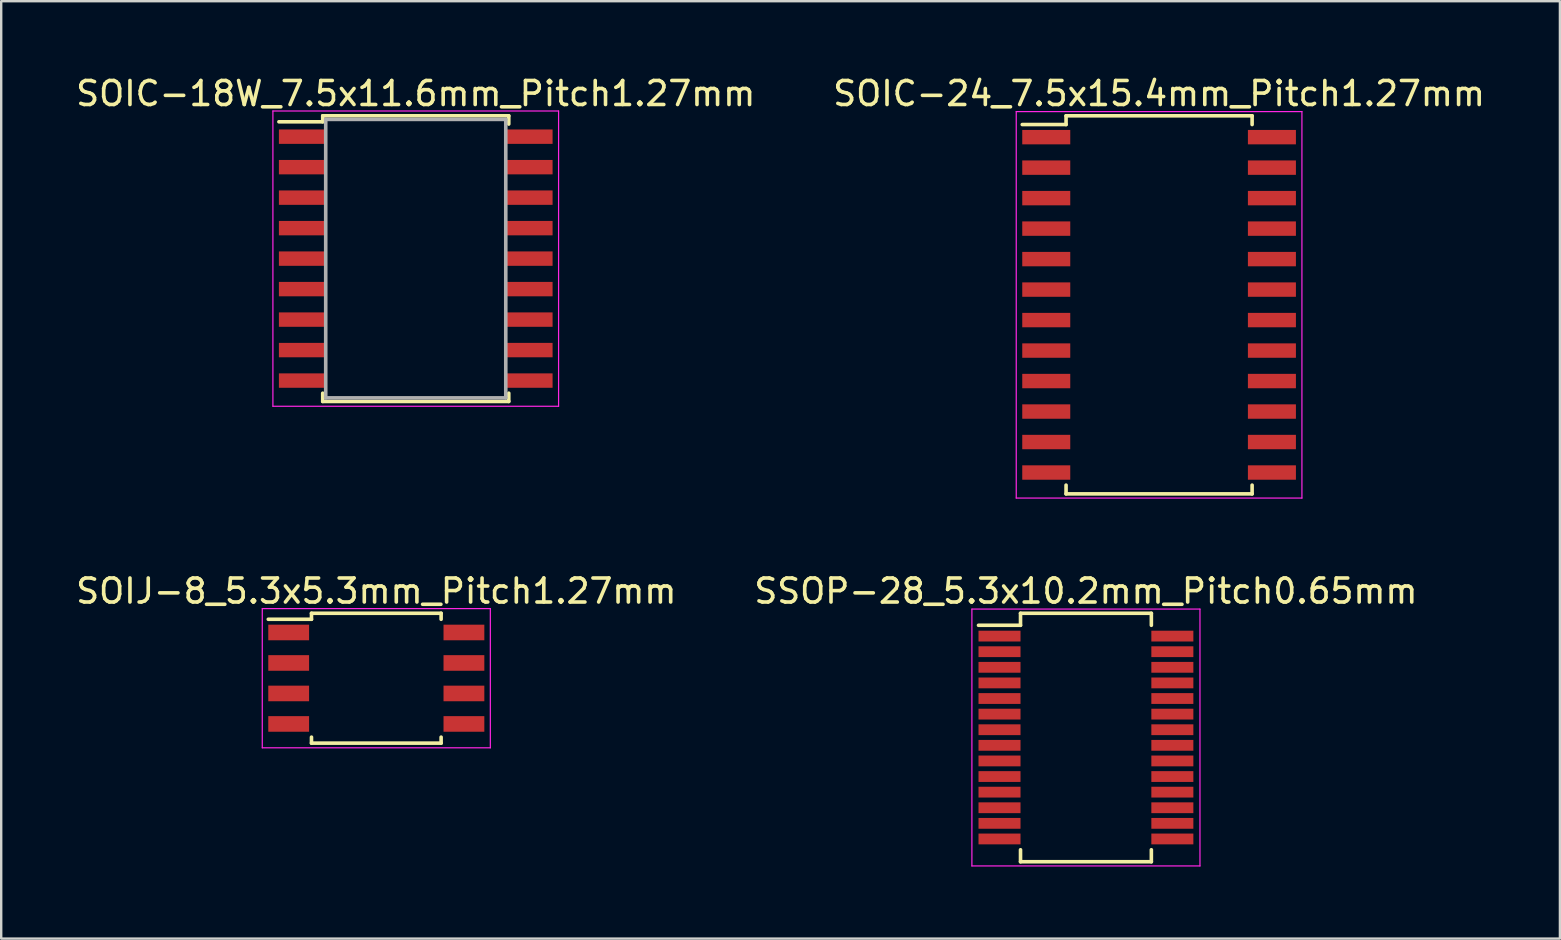
<source format=kicad_pcb>
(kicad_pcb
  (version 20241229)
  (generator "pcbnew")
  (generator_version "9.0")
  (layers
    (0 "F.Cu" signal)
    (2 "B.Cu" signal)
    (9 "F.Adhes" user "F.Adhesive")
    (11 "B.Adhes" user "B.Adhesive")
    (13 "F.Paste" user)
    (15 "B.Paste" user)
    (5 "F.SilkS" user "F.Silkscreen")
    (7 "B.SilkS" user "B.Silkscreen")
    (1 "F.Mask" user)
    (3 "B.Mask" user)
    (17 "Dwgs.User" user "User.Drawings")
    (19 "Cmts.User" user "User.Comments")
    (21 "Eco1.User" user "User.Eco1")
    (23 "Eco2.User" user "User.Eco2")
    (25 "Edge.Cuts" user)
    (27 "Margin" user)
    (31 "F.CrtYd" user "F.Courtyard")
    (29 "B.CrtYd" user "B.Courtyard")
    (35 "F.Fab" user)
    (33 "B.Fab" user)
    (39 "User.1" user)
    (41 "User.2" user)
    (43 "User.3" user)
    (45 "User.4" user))
  (footprint "SOIC-18W_7.5x11.6mm_Pitch1.27mm"
    (layer "F.Cu")
    (at 14.268 7.723)
    (property "Reference" "SOIC-18W_7.5x11.6mm_Pitch1.27mm" (at 0 -6.875 0) (layer "F.SilkS") (effects (font (size 1 1) (thickness 0.15))))
    (attr smd)
    (fp_line (start -3.875 -5.95) (end -3.875 -5.7) (stroke (width 0.15) (type solid)) (layer "F.SilkS"))
    (fp_line (start -3.875 -5.95) (end 3.875 -5.95) (stroke (width 0.15) (type solid)) (layer "F.SilkS"))
    (fp_line (start -3.875 -5.7) (end -5.7 -5.7) (stroke (width 0.15) (type solid)) (layer "F.SilkS"))
    (fp_line (start -3.875 5.95) (end -3.875 5.605) (stroke (width 0.15) (type solid)) (layer "F.SilkS"))
    (fp_line (start -3.875 5.95) (end 3.875 5.95) (stroke (width 0.15) (type solid)) (layer "F.SilkS"))
    (fp_line (start 3.875 -5.95) (end 3.875 -5.605) (stroke (width 0.15) (type solid)) (layer "F.SilkS"))
    (fp_line (start 3.875 5.95) (end 3.875 5.605) (stroke (width 0.15) (type solid)) (layer "F.SilkS"))
    (fp_line (start -5.95 -6.15) (end -5.95 6.15) (stroke (width 0.05) (type solid)) (layer "F.CrtYd"))
    (fp_line (start -5.95 -6.15) (end 5.95 -6.15) (stroke (width 0.05) (type solid)) (layer "F.CrtYd"))
    (fp_line (start -5.95 6.15) (end 5.95 6.15) (stroke (width 0.05) (type solid)) (layer "F.CrtYd"))
    (fp_line (start 5.95 -6.15) (end 5.95 6.15) (stroke (width 0.05) (type solid)) (layer "F.CrtYd"))
    (fp_line (start -3.75 -5.8) (end -3.75 5.8) (stroke (width 0.15) (type solid)) (layer "F.Fab"))
    (fp_line (start -3.75 5.8) (end 3.75 5.8) (stroke (width 0.15) (type solid)) (layer "F.Fab"))
    (fp_line (start 3.75 -5.8) (end -3.75 -5.8) (stroke (width 0.15) (type solid)) (layer "F.Fab"))
    (fp_line (start 3.75 5.8) (end 3.75 -5.8) (stroke (width 0.15) (type solid)) (layer "F.Fab"))
    (pad "1" smd rect (at -4.7 -5.08) (size 2 0.6) (layers "F.Cu" "F.Mask" "F.Paste"))
    (pad "2" smd rect (at -4.7 -3.81) (size 2 0.6) (layers "F.Cu" "F.Mask" "F.Paste"))
    (pad "3" smd rect (at -4.7 -2.54) (size 2 0.6) (layers "F.Cu" "F.Mask" "F.Paste"))
    (pad "4" smd rect (at -4.7 -1.27) (size 2 0.6) (layers "F.Cu" "F.Mask" "F.Paste"))
    (pad "5" smd rect (at -4.7 0) (size 2 0.6) (layers "F.Cu" "F.Mask" "F.Paste"))
    (pad "6" smd rect (at -4.7 1.27) (size 2 0.6) (layers "F.Cu" "F.Mask" "F.Paste"))
    (pad "7" smd rect (at -4.7 2.54) (size 2 0.6) (layers "F.Cu" "F.Mask" "F.Paste"))
    (pad "8" smd rect (at -4.7 3.81) (size 2 0.6) (layers "F.Cu" "F.Mask" "F.Paste"))
    (pad "9" smd rect (at -4.7 5.08) (size 2 0.6) (layers "F.Cu" "F.Mask" "F.Paste"))
    (pad "10" smd rect (at 4.7 5.08) (size 2 0.6) (layers "F.Cu" "F.Mask" "F.Paste"))
    (pad "11" smd rect (at 4.7 3.81) (size 2 0.6) (layers "F.Cu" "F.Mask" "F.Paste"))
    (pad "12" smd rect (at 4.7 2.54) (size 2 0.6) (layers "F.Cu" "F.Mask" "F.Paste"))
    (pad "13" smd rect (at 4.7 1.27) (size 2 0.6) (layers "F.Cu" "F.Mask" "F.Paste"))
    (pad "14" smd rect (at 4.7 0) (size 2 0.6) (layers "F.Cu" "F.Mask" "F.Paste"))
    (pad "15" smd rect (at 4.7 -1.27) (size 2 0.6) (layers "F.Cu" "F.Mask" "F.Paste"))
    (pad "16" smd rect (at 4.7 -2.54) (size 2 0.6) (layers "F.Cu" "F.Mask" "F.Paste"))
    (pad "17" smd rect (at 4.7 -3.81) (size 2 0.6) (layers "F.Cu" "F.Mask" "F.Paste"))
    (pad "18" smd rect (at 4.7 -5.08) (size 2 0.6) (layers "F.Cu" "F.Mask" "F.Paste")))
  (footprint "SSOP-28_5.3x10.2mm_Pitch0.65mm"
    (layer "F.Cu")
    (at 42.185 27.672)
    (property "Reference" "SSOP-28_5.3x10.2mm_Pitch0.65mm" (at 0 -6.1 0) (layer "F.SilkS") (effects (font (size 1 1) (thickness 0.15))))
    (attr smd)
    (fp_line (start -2.725 -5.175) (end -2.725 -4.675) (stroke (width 0.15) (type solid)) (layer "F.SilkS"))
    (fp_line (start -2.725 -5.175) (end 2.725 -5.175) (stroke (width 0.15) (type solid)) (layer "F.SilkS"))
    (fp_line (start -2.725 -4.675) (end -4.475 -4.675) (stroke (width 0.15) (type solid)) (layer "F.SilkS"))
    (fp_line (start -2.725 5.175) (end -2.725 4.675) (stroke (width 0.15) (type solid)) (layer "F.SilkS"))
    (fp_line (start -2.725 5.175) (end 2.725 5.175) (stroke (width 0.15) (type solid)) (layer "F.SilkS"))
    (fp_line (start 2.725 -5.175) (end 2.725 -4.675) (stroke (width 0.15) (type solid)) (layer "F.SilkS"))
    (fp_line (start 2.725 5.175) (end 2.725 4.675) (stroke (width 0.15) (type solid)) (layer "F.SilkS"))
    (fp_line (start -4.75 -5.35) (end -4.75 5.35) (stroke (width 0.05) (type solid)) (layer "F.CrtYd"))
    (fp_line (start -4.75 -5.35) (end 4.75 -5.35) (stroke (width 0.05) (type solid)) (layer "F.CrtYd"))
    (fp_line (start -4.75 5.35) (end 4.75 5.35) (stroke (width 0.05) (type solid)) (layer "F.CrtYd"))
    (fp_line (start 4.75 -5.35) (end 4.75 5.35) (stroke (width 0.05) (type solid)) (layer "F.CrtYd"))
    (pad "1" smd rect (at -3.6 -4.225) (size 1.75 0.45) (layers "F.Cu" "F.Mask" "F.Paste"))
    (pad "2" smd rect (at -3.6 -3.575) (size 1.75 0.45) (layers "F.Cu" "F.Mask" "F.Paste"))
    (pad "3" smd rect (at -3.6 -2.925) (size 1.75 0.45) (layers "F.Cu" "F.Mask" "F.Paste"))
    (pad "4" smd rect (at -3.6 -2.275) (size 1.75 0.45) (layers "F.Cu" "F.Mask" "F.Paste"))
    (pad "5" smd rect (at -3.6 -1.625) (size 1.75 0.45) (layers "F.Cu" "F.Mask" "F.Paste"))
    (pad "6" smd rect (at -3.6 -0.975) (size 1.75 0.45) (layers "F.Cu" "F.Mask" "F.Paste"))
    (pad "7" smd rect (at -3.6 -0.325) (size 1.75 0.45) (layers "F.Cu" "F.Mask" "F.Paste"))
    (pad "8" smd rect (at -3.6 0.325) (size 1.75 0.45) (layers "F.Cu" "F.Mask" "F.Paste"))
    (pad "9" smd rect (at -3.6 0.975) (size 1.75 0.45) (layers "F.Cu" "F.Mask" "F.Paste"))
    (pad "10" smd rect (at -3.6 1.625) (size 1.75 0.45) (layers "F.Cu" "F.Mask" "F.Paste"))
    (pad "11" smd rect (at -3.6 2.275) (size 1.75 0.45) (layers "F.Cu" "F.Mask" "F.Paste"))
    (pad "12" smd rect (at -3.6 2.925) (size 1.75 0.45) (layers "F.Cu" "F.Mask" "F.Paste"))
    (pad "13" smd rect (at -3.6 3.575) (size 1.75 0.45) (layers "F.Cu" "F.Mask" "F.Paste"))
    (pad "14" smd rect (at -3.6 4.225) (size 1.75 0.45) (layers "F.Cu" "F.Mask" "F.Paste"))
    (pad "15" smd rect (at 3.6 4.225) (size 1.75 0.45) (layers "F.Cu" "F.Mask" "F.Paste"))
    (pad "16" smd rect (at 3.6 3.575) (size 1.75 0.45) (layers "F.Cu" "F.Mask" "F.Paste"))
    (pad "17" smd rect (at 3.6 2.925) (size 1.75 0.45) (layers "F.Cu" "F.Mask" "F.Paste"))
    (pad "18" smd rect (at 3.6 2.275) (size 1.75 0.45) (layers "F.Cu" "F.Mask" "F.Paste"))
    (pad "19" smd rect (at 3.6 1.625) (size 1.75 0.45) (layers "F.Cu" "F.Mask" "F.Paste"))
    (pad "20" smd rect (at 3.6 0.975) (size 1.75 0.45) (layers "F.Cu" "F.Mask" "F.Paste"))
    (pad "21" smd rect (at 3.6 0.325) (size 1.75 0.45) (layers "F.Cu" "F.Mask" "F.Paste"))
    (pad "22" smd rect (at 3.6 -0.325) (size 1.75 0.45) (layers "F.Cu" "F.Mask" "F.Paste"))
    (pad "23" smd rect (at 3.6 -0.975) (size 1.75 0.45) (layers "F.Cu" "F.Mask" "F.Paste"))
    (pad "24" smd rect (at 3.6 -1.625) (size 1.75 0.45) (layers "F.Cu" "F.Mask" "F.Paste"))
    (pad "25" smd rect (at 3.6 -2.275) (size 1.75 0.45) (layers "F.Cu" "F.Mask" "F.Paste"))
    (pad "26" smd rect (at 3.6 -2.925) (size 1.75 0.45) (layers "F.Cu" "F.Mask" "F.Paste"))
    (pad "27" smd rect (at 3.6 -3.575) (size 1.75 0.45) (layers "F.Cu" "F.Mask" "F.Paste"))
    (pad "28" smd rect (at 3.6 -4.225) (size 1.75 0.45) (layers "F.Cu" "F.Mask" "F.Paste")))
  (footprint "SOIC-24_7.5x15.4mm_Pitch1.27mm"
    (layer "F.Cu")
    (at 45.232 9.648)
    (property "Reference" "SOIC-24_7.5x15.4mm_Pitch1.27mm" (at 0 -8.8 0) (layer "F.SilkS") (effects (font (size 1 1) (thickness 0.15))))
    (attr smd)
    (fp_line (start -3.875 -7.875) (end -3.875 -7.51) (stroke (width 0.15) (type solid)) (layer "F.SilkS"))
    (fp_line (start -3.875 -7.875) (end 3.875 -7.875) (stroke (width 0.15) (type solid)) (layer "F.SilkS"))
    (fp_line (start -3.875 -7.51) (end -5.7 -7.51) (stroke (width 0.15) (type solid)) (layer "F.SilkS"))
    (fp_line (start -3.875 7.875) (end -3.875 7.51) (stroke (width 0.15) (type solid)) (layer "F.SilkS"))
    (fp_line (start -3.875 7.875) (end 3.875 7.875) (stroke (width 0.15) (type solid)) (layer "F.SilkS"))
    (fp_line (start 3.875 -7.875) (end 3.875 -7.51) (stroke (width 0.15) (type solid)) (layer "F.SilkS"))
    (fp_line (start 3.875 7.875) (end 3.875 7.51) (stroke (width 0.15) (type solid)) (layer "F.SilkS"))
    (fp_line (start -5.95 -8.05) (end -5.95 8.05) (stroke (width 0.05) (type solid)) (layer "F.CrtYd"))
    (fp_line (start -5.95 -8.05) (end 5.95 -8.05) (stroke (width 0.05) (type solid)) (layer "F.CrtYd"))
    (fp_line (start -5.95 8.05) (end 5.95 8.05) (stroke (width 0.05) (type solid)) (layer "F.CrtYd"))
    (fp_line (start 5.95 -8.05) (end 5.95 8.05) (stroke (width 0.05) (type solid)) (layer "F.CrtYd"))
    (pad "1" smd rect (at -4.7 -6.985) (size 2 0.6) (layers "F.Cu" "F.Mask" "F.Paste"))
    (pad "2" smd rect (at -4.7 -5.715) (size 2 0.6) (layers "F.Cu" "F.Mask" "F.Paste"))
    (pad "3" smd rect (at -4.7 -4.445) (size 2 0.6) (layers "F.Cu" "F.Mask" "F.Paste"))
    (pad "4" smd rect (at -4.7 -3.175) (size 2 0.6) (layers "F.Cu" "F.Mask" "F.Paste"))
    (pad "5" smd rect (at -4.7 -1.905) (size 2 0.6) (layers "F.Cu" "F.Mask" "F.Paste"))
    (pad "6" smd rect (at -4.7 -0.635) (size 2 0.6) (layers "F.Cu" "F.Mask" "F.Paste"))
    (pad "7" smd rect (at -4.7 0.635) (size 2 0.6) (layers "F.Cu" "F.Mask" "F.Paste"))
    (pad "8" smd rect (at -4.7 1.905) (size 2 0.6) (layers "F.Cu" "F.Mask" "F.Paste"))
    (pad "9" smd rect (at -4.7 3.175) (size 2 0.6) (layers "F.Cu" "F.Mask" "F.Paste"))
    (pad "10" smd rect (at -4.7 4.445) (size 2 0.6) (layers "F.Cu" "F.Mask" "F.Paste"))
    (pad "11" smd rect (at -4.7 5.715) (size 2 0.6) (layers "F.Cu" "F.Mask" "F.Paste"))
    (pad "12" smd rect (at -4.7 6.985) (size 2 0.6) (layers "F.Cu" "F.Mask" "F.Paste"))
    (pad "13" smd rect (at 4.7 6.985) (size 2 0.6) (layers "F.Cu" "F.Mask" "F.Paste"))
    (pad "14" smd rect (at 4.7 5.715) (size 2 0.6) (layers "F.Cu" "F.Mask" "F.Paste"))
    (pad "15" smd rect (at 4.7 4.445) (size 2 0.6) (layers "F.Cu" "F.Mask" "F.Paste"))
    (pad "16" smd rect (at 4.7 3.175) (size 2 0.6) (layers "F.Cu" "F.Mask" "F.Paste"))
    (pad "17" smd rect (at 4.7 1.905) (size 2 0.6) (layers "F.Cu" "F.Mask" "F.Paste"))
    (pad "18" smd rect (at 4.7 0.635) (size 2 0.6) (layers "F.Cu" "F.Mask" "F.Paste"))
    (pad "19" smd rect (at 4.7 -0.635) (size 2 0.6) (layers "F.Cu" "F.Mask" "F.Paste"))
    (pad "20" smd rect (at 4.7 -1.905) (size 2 0.6) (layers "F.Cu" "F.Mask" "F.Paste"))
    (pad "21" smd rect (at 4.7 -3.175) (size 2 0.6) (layers "F.Cu" "F.Mask" "F.Paste"))
    (pad "22" smd rect (at 4.7 -4.445) (size 2 0.6) (layers "F.Cu" "F.Mask" "F.Paste"))
    (pad "23" smd rect (at 4.7 -5.715) (size 2 0.6) (layers "F.Cu" "F.Mask" "F.Paste"))
    (pad "24" smd rect (at 4.7 -6.985) (size 2 0.6) (layers "F.Cu" "F.Mask" "F.Paste")))
  (footprint "SOIJ-8_5.3x5.3mm_Pitch1.27mm"
    (layer "F.Cu")
    (at 12.625 25.201)
    (property "Reference" "SOIJ-8_5.3x5.3mm_Pitch1.27mm" (at 0 -3.63 0) (layer "F.SilkS") (effects (font (size 1 1) (thickness 0.15))))
    (attr smd)
    (fp_line (start -2.7 -2.705) (end -2.7 -2.455) (stroke (width 0.15) (type solid)) (layer "F.SilkS"))
    (fp_line (start -2.7 -2.705) (end 2.7 -2.705) (stroke (width 0.15) (type solid)) (layer "F.SilkS"))
    (fp_line (start -2.7 -2.455) (end -4.5 -2.455) (stroke (width 0.15) (type solid)) (layer "F.SilkS"))
    (fp_line (start -2.7 2.705) (end -2.7 2.455) (stroke (width 0.15) (type solid)) (layer "F.SilkS"))
    (fp_line (start -2.7 2.705) (end 2.7 2.705) (stroke (width 0.15) (type solid)) (layer "F.SilkS"))
    (fp_line (start 2.7 -2.705) (end 2.7 -2.455) (stroke (width 0.15) (type solid)) (layer "F.SilkS"))
    (fp_line (start 2.7 2.705) (end 2.7 2.455) (stroke (width 0.15) (type solid)) (layer "F.SilkS"))
    (fp_line (start -4.75 -2.9) (end -4.75 2.9) (stroke (width 0.05) (type solid)) (layer "F.CrtYd"))
    (fp_line (start -4.75 -2.9) (end 4.75 -2.9) (stroke (width 0.05) (type solid)) (layer "F.CrtYd"))
    (fp_line (start -4.75 2.9) (end 4.75 2.9) (stroke (width 0.05) (type solid)) (layer "F.CrtYd"))
    (fp_line (start 4.75 -2.9) (end 4.75 2.9) (stroke (width 0.05) (type solid)) (layer "F.CrtYd"))
    (pad "1" smd rect (at -3.65 -1.905) (size 1.7 0.65) (layers "F.Cu" "F.Mask" "F.Paste"))
    (pad "2" smd rect (at -3.65 -0.635) (size 1.7 0.65) (layers "F.Cu" "F.Mask" "F.Paste"))
    (pad "3" smd rect (at -3.65 0.635) (size 1.7 0.65) (layers "F.Cu" "F.Mask" "F.Paste"))
    (pad "4" smd rect (at -3.65 1.905) (size 1.7 0.65) (layers "F.Cu" "F.Mask" "F.Paste"))
    (pad "5" smd rect (at 3.65 1.905) (size 1.7 0.65) (layers "F.Cu" "F.Mask" "F.Paste"))
    (pad "6" smd rect (at 3.65 0.635) (size 1.7 0.65) (layers "F.Cu" "F.Mask" "F.Paste"))
    (pad "7" smd rect (at 3.65 -0.635) (size 1.7 0.65) (layers "F.Cu" "F.Mask" "F.Paste"))
    (pad "8" smd rect (at 3.65 -1.905) (size 1.7 0.65) (layers "F.Cu" "F.Mask" "F.Paste")))
  (gr_rect
    (start -3 -3)
    (end 61.929 36.047)
    (stroke (width 0.1) (type default))
    (fill no)
    (layer "Edge.Cuts")))
</source>
